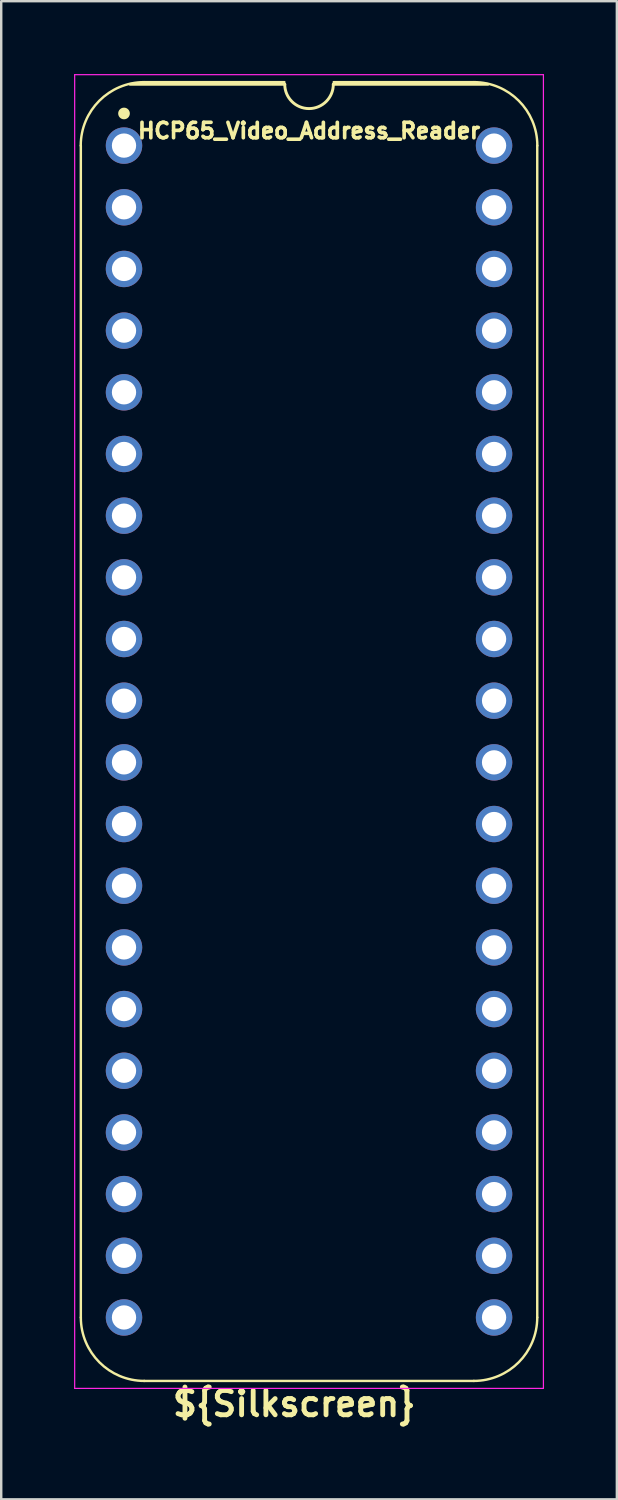
<source format=kicad_pcb>
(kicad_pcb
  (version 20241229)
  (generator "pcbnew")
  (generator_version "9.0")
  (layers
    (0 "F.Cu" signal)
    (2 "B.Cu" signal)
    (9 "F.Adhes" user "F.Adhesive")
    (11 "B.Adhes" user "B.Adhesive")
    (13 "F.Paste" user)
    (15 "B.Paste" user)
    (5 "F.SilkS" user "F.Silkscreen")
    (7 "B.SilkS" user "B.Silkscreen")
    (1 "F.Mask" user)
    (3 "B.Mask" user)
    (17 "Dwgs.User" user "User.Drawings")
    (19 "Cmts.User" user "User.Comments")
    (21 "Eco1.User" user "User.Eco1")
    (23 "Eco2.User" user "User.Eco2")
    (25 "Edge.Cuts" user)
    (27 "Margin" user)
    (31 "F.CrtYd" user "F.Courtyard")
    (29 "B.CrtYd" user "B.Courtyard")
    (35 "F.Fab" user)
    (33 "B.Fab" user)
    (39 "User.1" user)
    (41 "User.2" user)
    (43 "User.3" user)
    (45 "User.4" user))
  (footprint "HCP65_Video_Address_Reader"
    (layer "F.Cu")
    (at 2.057 2.946)
    (property "Reference" "HCP65_Video_Address_Reader" (at 7.62 -0.61 0) (layer "F.SilkS") (effects (font (size 0.635 0.635) (thickness 0.15))))
    (property "Silkscreen" "${Silkscreen}" (at 7.01 51.816 0) (layer "F.SilkS") (effects (font (size 1 1) (thickness 0.2) (bold yes))))
    (attr through_hole)
    (fp_line (start -1.778 48.26) (end -1.778 0) (stroke (width 0.1) (type solid)) (layer "F.SilkS"))
    (fp_line (start 0.832 -2.614) (end 6.604 -2.614) (stroke (width 0.1) (type solid)) (layer "F.SilkS"))
    (fp_line (start 6.62 -2.524) (end 0.254 -2.524) (stroke (width 0.12) (type solid)) (layer "F.SilkS"))
    (fp_line (start 8.636 -2.614) (end 14.408 -2.614) (stroke (width 0.1) (type solid)) (layer "F.SilkS"))
    (fp_line (start 14.404 50.874) (end 0.836 50.874) (stroke (width 0.1) (type solid)) (layer "F.SilkS"))
    (fp_line (start 14.986 -2.524) (end 8.62 -2.524) (stroke (width 0.12) (type solid)) (layer "F.SilkS"))
    (fp_line (start 17.018 48.26) (end 17.018 0) (stroke (width 0.1) (type solid)) (layer "F.SilkS"))
    (fp_arc (start -1.781544 0) (mid -1.016 -1.848188) (end 0.832188 -2.613732) (stroke (width 0.1) (type solid)) (layer "F.SilkS"))
    (fp_arc (start 0.835733 50.873733) (mid -1.012456 50.108189) (end -1.778 48.26) (stroke (width 0.1) (type solid)) (layer "F.SilkS"))
    (fp_arc (start 8.62 -2.524) (mid 7.62 -1.524) (end 6.62 -2.524) (stroke (width 0.12) (type solid)) (layer "F.SilkS"))
    (fp_arc (start 14.407812 -2.613732) (mid 16.256 -1.848188) (end 17.021544 0) (stroke (width 0.1) (type solid)) (layer "F.SilkS"))
    (fp_arc (start 17.018001 48.260001) (mid 16.252456 50.108188) (end 14.404269 50.873733) (stroke (width 0.1) (type solid)) (layer "F.SilkS"))
    (fp_circle (center 0 -1.323) (end 0.18 -1.323) (stroke (width 0.12) (type solid)) (fill yes) (layer "F.SilkS"))
    (fp_line (start -2.032 -2.921) (end -2.032 51.181) (stroke (width 0.05) (type solid)) (layer "F.CrtYd"))
    (fp_line (start -2.032 -2.921) (end 17.272 -2.921) (stroke (width 0.05) (type solid)) (layer "F.CrtYd"))
    (fp_line (start -2.032 51.181) (end 17.272 51.181) (stroke (width 0.05) (type solid)) (layer "F.CrtYd"))
    (fp_line (start 17.272 -2.921) (end 17.272 51.181) (stroke (width 0.05) (type solid)) (layer "F.CrtYd"))
    (pad "1" thru_hole circle (at 0 0) (size 1.5 1.5) (drill 1) (layers "*.Cu" "*.Mask"))
    (pad "2" thru_hole circle (at 0 2.54) (size 1.5 1.5) (drill 1) (layers "*.Cu" "*.Mask"))
    (pad "3" thru_hole circle (at 0 5.08) (size 1.5 1.5) (drill 1) (layers "*.Cu" "*.Mask"))
    (pad "4" thru_hole circle (at 0 7.62) (size 1.5 1.5) (drill 1) (layers "*.Cu" "*.Mask"))
    (pad "5" thru_hole circle (at 0 10.16) (size 1.5 1.5) (drill 1) (layers "*.Cu" "*.Mask"))
    (pad "6" thru_hole circle (at 0 12.7) (size 1.5 1.5) (drill 1) (layers "*.Cu" "*.Mask"))
    (pad "7" thru_hole circle (at 0 15.24) (size 1.5 1.5) (drill 1) (layers "*.Cu" "*.Mask"))
    (pad "8" thru_hole circle (at 0 17.78) (size 1.5 1.5) (drill 1) (layers "*.Cu" "*.Mask"))
    (pad "9" thru_hole circle (at 0 20.32) (size 1.5 1.5) (drill 1) (layers "*.Cu" "*.Mask"))
    (pad "10" thru_hole circle (at 0 22.86) (size 1.5 1.5) (drill 1) (layers "*.Cu" "*.Mask"))
    (pad "11" thru_hole circle (at 0 25.4) (size 1.5 1.5) (drill 1) (layers "*.Cu" "*.Mask"))
    (pad "12" thru_hole circle (at 0 27.94) (size 1.5 1.5) (drill 1) (layers "*.Cu" "*.Mask"))
    (pad "13" thru_hole circle (at 0 30.48) (size 1.5 1.5) (drill 1) (layers "*.Cu" "*.Mask"))
    (pad "14" thru_hole circle (at 0 33.02) (size 1.5 1.5) (drill 1) (layers "*.Cu" "*.Mask"))
    (pad "15" thru_hole circle (at 0 35.56) (size 1.5 1.5) (drill 1) (layers "*.Cu" "*.Mask"))
    (pad "16" thru_hole circle (at 0 38.1) (size 1.5 1.5) (drill 1) (layers "*.Cu" "*.Mask"))
    (pad "17" thru_hole circle (at 0 40.64) (size 1.5 1.5) (drill 1) (layers "*.Cu" "*.Mask"))
    (pad "18" thru_hole circle (at 0 43.18) (size 1.5 1.5) (drill 1) (layers "*.Cu" "*.Mask"))
    (pad "19" thru_hole circle (at 0 45.72) (size 1.5 1.5) (drill 1) (layers "*.Cu" "*.Mask"))
    (pad "20" thru_hole circle (at 0 48.26) (size 1.5 1.5) (drill 1) (layers "*.Cu" "*.Mask"))
    (pad "21" thru_hole circle (at 15.24 48.26) (size 1.5 1.5) (drill 1) (layers "*.Cu" "*.Mask"))
    (pad "22" thru_hole circle (at 15.24 45.72) (size 1.5 1.5) (drill 1) (layers "*.Cu" "*.Mask"))
    (pad "23" thru_hole circle (at 15.24 43.18) (size 1.5 1.5) (drill 1) (layers "*.Cu" "*.Mask"))
    (pad "24" thru_hole circle (at 15.24 40.64) (size 1.5 1.5) (drill 1) (layers "*.Cu" "*.Mask"))
    (pad "25" thru_hole circle (at 15.24 38.1) (size 1.5 1.5) (drill 1) (layers "*.Cu" "*.Mask"))
    (pad "26" thru_hole circle (at 15.24 35.56) (size 1.5 1.5) (drill 1) (layers "*.Cu" "*.Mask"))
    (pad "27" thru_hole circle (at 15.24 33.02) (size 1.5 1.5) (drill 1) (layers "*.Cu" "*.Mask"))
    (pad "28" thru_hole circle (at 15.24 30.48) (size 1.5 1.5) (drill 1) (layers "*.Cu" "*.Mask"))
    (pad "29" thru_hole circle (at 15.24 27.94) (size 1.5 1.5) (drill 1) (layers "*.Cu" "*.Mask"))
    (pad "30" thru_hole circle (at 15.24 25.4) (size 1.5 1.5) (drill 1) (layers "*.Cu" "*.Mask"))
    (pad "31" thru_hole circle (at 15.24 22.86) (size 1.5 1.5) (drill 1) (layers "*.Cu" "*.Mask"))
    (pad "32" thru_hole circle (at 15.24 20.32) (size 1.5 1.5) (drill 1) (layers "*.Cu" "*.Mask"))
    (pad "33" thru_hole circle (at 15.24 17.78) (size 1.5 1.5) (drill 1) (layers "*.Cu" "*.Mask"))
    (pad "34" thru_hole circle (at 15.24 15.24) (size 1.5 1.5) (drill 1) (layers "*.Cu" "*.Mask"))
    (pad "35" thru_hole circle (at 15.24 12.7) (size 1.5 1.5) (drill 1) (layers "*.Cu" "*.Mask"))
    (pad "36" thru_hole circle (at 15.24 10.16) (size 1.5 1.5) (drill 1) (layers "*.Cu" "*.Mask"))
    (pad "37" thru_hole circle (at 15.24 7.62) (size 1.5 1.5) (drill 1) (layers "*.Cu" "*.Mask"))
    (pad "38" thru_hole circle (at 15.24 5.08) (size 1.5 1.5) (drill 1) (layers "*.Cu" "*.Mask"))
    (pad "39" thru_hole circle (at 15.24 2.54) (size 1.5 1.5) (drill 1) (layers "*.Cu" "*.Mask"))
    (pad "40" thru_hole circle (at 15.24 0) (size 1.5 1.5) (drill 1) (layers "*.Cu" "*.Mask")))
  (gr_rect
    (start -3 -3)
    (end 22.354 58.698)
    (stroke (width 0.1) (type default))
    (fill no)
    (layer "Edge.Cuts")))
</source>
